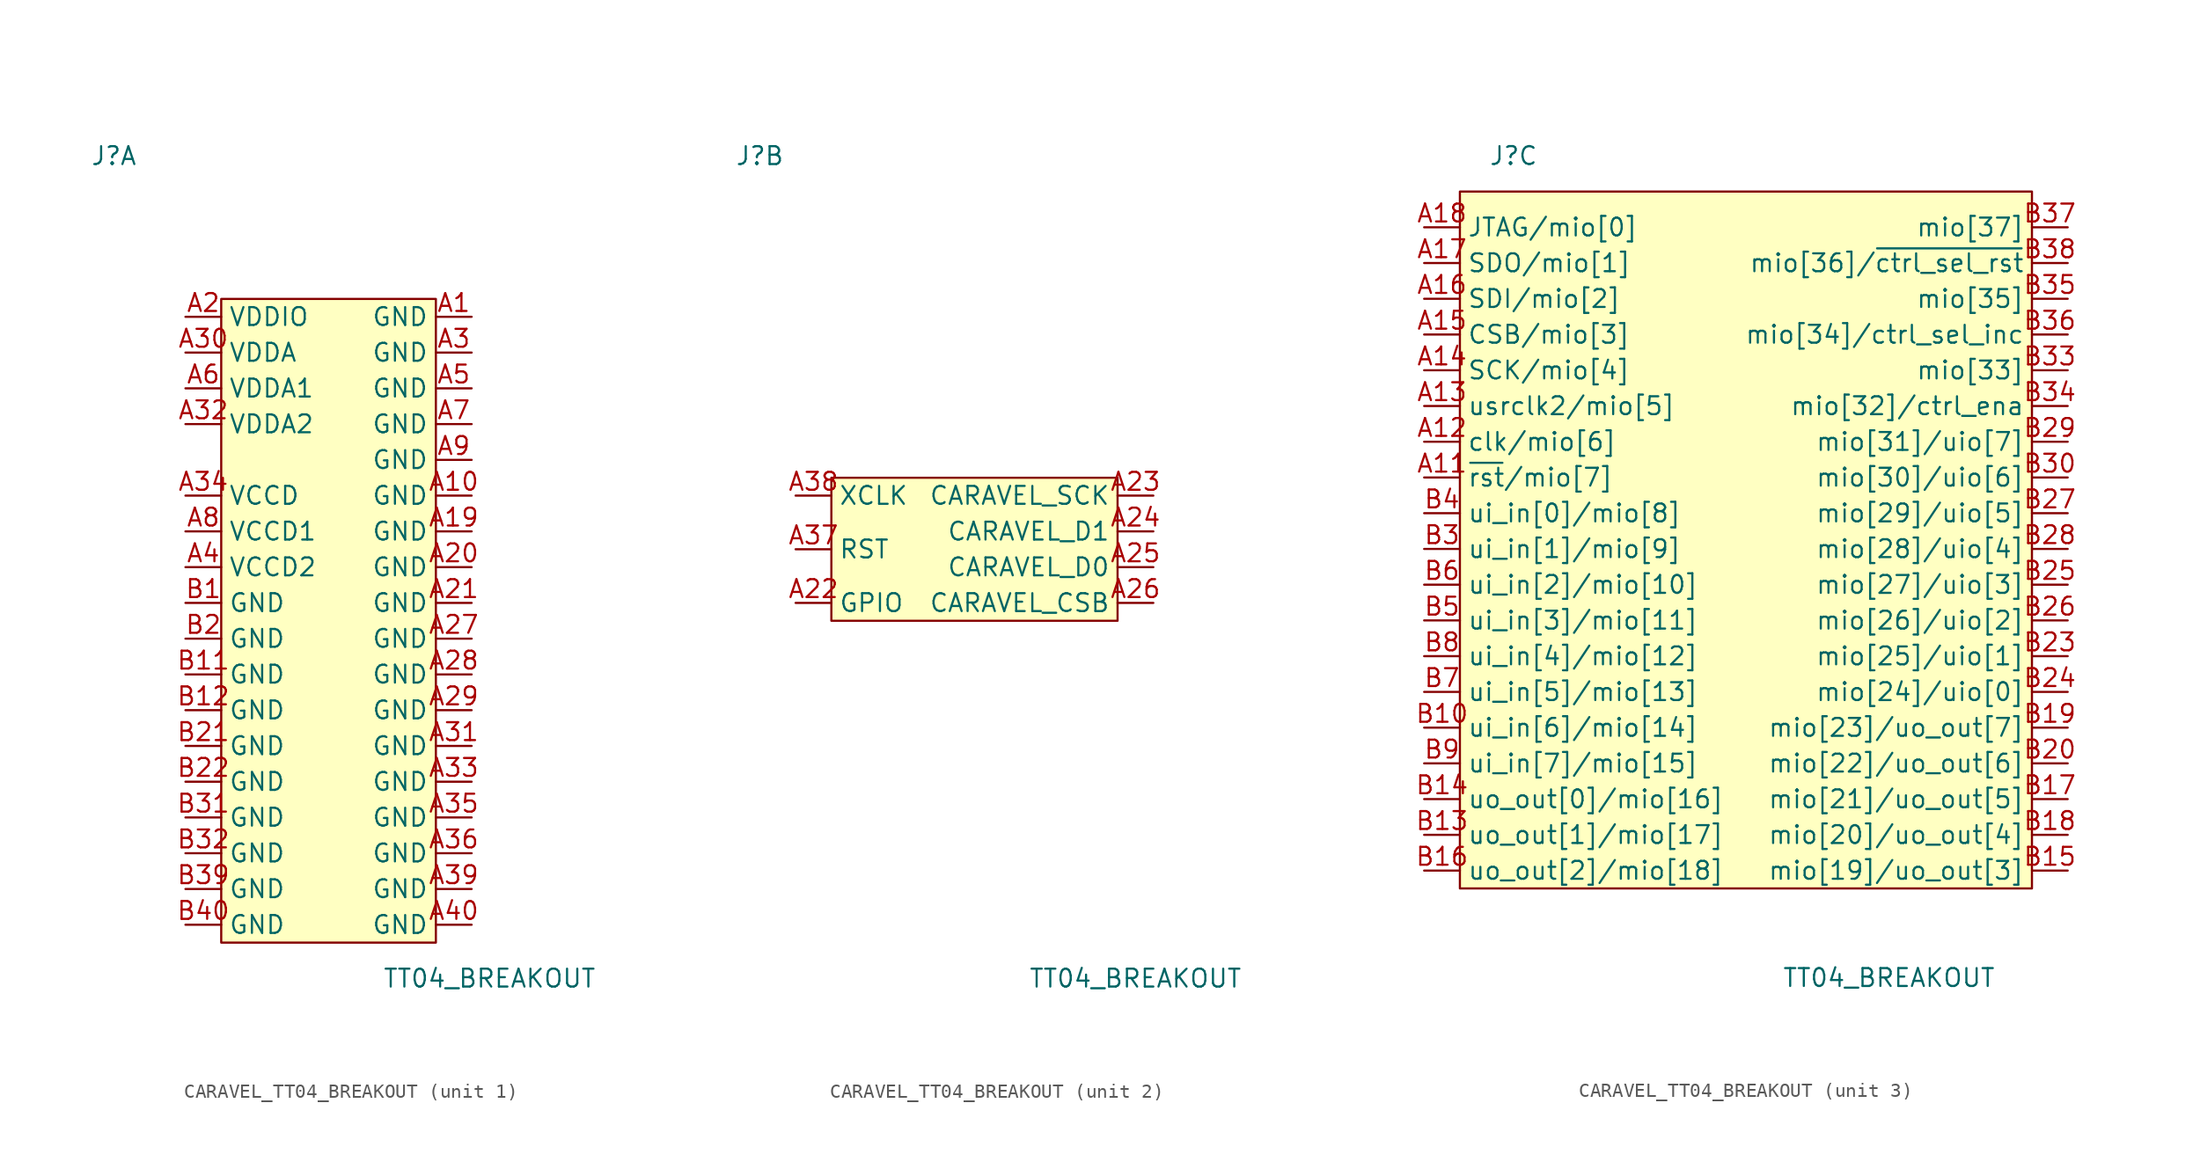
<source format=kicad_sym>
(kicad_symbol_lib
  (version 20231120)
  (generator "kicad_symbol_editor")
  (generator_version "8.0")
  (symbol "CARAVEL_TT04_BREAKOUT"
    (property "Reference" "J"
      (at -16.51 25.4 0)
      (effects (font (size 1.27 1.27))))
    (property "Value" "TT04_BREAKOUT"
      (at 10.16 -33.02 0)
      (effects (font (size 1.27 1.27))))
    (property "ki_locked" ""
      (at 0 0 0)
      (effects (font (size 1.27 1.27))))
    (symbol "CARAVEL_TT04_BREAKOUT_1_1"
      (rectangle (start -8.89 15.24) (end 6.35 -30.48) (stroke (width 0) (type default)) (fill (type background)))
      (pin power_in line (at 8.89 13.97 180) (length 2.54) (name "GND" (effects (font (size 1.27 1.27)))) (number "A1" (effects (font (size 1.27 1.27)))))
      (pin power_in line (at 8.89 1.27 180) (length 2.54) (name "GND" (effects (font (size 1.27 1.27)))) (number "A10" (effects (font (size 1.27 1.27)))))
      (pin power_in line (at 8.89 -1.27 180) (length 2.54) (name "GND" (effects (font (size 1.27 1.27)))) (number "A19" (effects (font (size 1.27 1.27)))))
      (pin power_in line (at -11.43 13.97 0) (length 2.54) (name "VDDIO" (effects (font (size 1.27 1.27)))) (number "A2" (effects (font (size 1.27 1.27)))))
      (pin power_in line (at 8.89 -3.81 180) (length 2.54) (name "GND" (effects (font (size 1.27 1.27)))) (number "A20" (effects (font (size 1.27 1.27)))))
      (pin power_in line (at 8.89 -6.35 180) (length 2.54) (name "GND" (effects (font (size 1.27 1.27)))) (number "A21" (effects (font (size 1.27 1.27)))))
      (pin power_in line (at 8.89 -8.89 180) (length 2.54) (name "GND" (effects (font (size 1.27 1.27)))) (number "A27" (effects (font (size 1.27 1.27)))))
      (pin power_in line (at 8.89 -11.43 180) (length 2.54) (name "GND" (effects (font (size 1.27 1.27)))) (number "A28" (effects (font (size 1.27 1.27)))))
      (pin power_in line (at 8.89 -13.97 180) (length 2.54) (name "GND" (effects (font (size 1.27 1.27)))) (number "A29" (effects (font (size 1.27 1.27)))))
      (pin power_in line (at 8.89 11.43 180) (length 2.54) (name "GND" (effects (font (size 1.27 1.27)))) (number "A3" (effects (font (size 1.27 1.27)))))
      (pin power_in line (at -11.43 11.43 0) (length 2.54) (name "VDDA" (effects (font (size 1.27 1.27)))) (number "A30" (effects (font (size 1.27 1.27)))))
      (pin power_in line (at 8.89 -16.51 180) (length 2.54) (name "GND" (effects (font (size 1.27 1.27)))) (number "A31" (effects (font (size 1.27 1.27)))))
      (pin power_in line (at -11.43 6.35 0) (length 2.54) (name "VDDA2" (effects (font (size 1.27 1.27)))) (number "A32" (effects (font (size 1.27 1.27)))))
      (pin power_in line (at 8.89 -19.05 180) (length 2.54) (name "GND" (effects (font (size 1.27 1.27)))) (number "A33" (effects (font (size 1.27 1.27)))))
      (pin power_in line (at -11.43 1.27 0) (length 2.54) (name "VCCD" (effects (font (size 1.27 1.27)))) (number "A34" (effects (font (size 1.27 1.27)))))
      (pin power_in line (at 8.89 -21.59 180) (length 2.54) (name "GND" (effects (font (size 1.27 1.27)))) (number "A35" (effects (font (size 1.27 1.27)))))
      (pin power_in line (at 8.89 -24.13 180) (length 2.54) (name "GND" (effects (font (size 1.27 1.27)))) (number "A36" (effects (font (size 1.27 1.27)))))
      (pin power_in line (at 8.89 -26.67 180) (length 2.54) (name "GND" (effects (font (size 1.27 1.27)))) (number "A39" (effects (font (size 1.27 1.27)))))
      (pin power_in line (at -11.43 -3.81 0) (length 2.54) (name "VCCD2" (effects (font (size 1.27 1.27)))) (number "A4" (effects (font (size 1.27 1.27)))))
      (pin power_in line (at 8.89 -29.21 180) (length 2.54) (name "GND" (effects (font (size 1.27 1.27)))) (number "A40" (effects (font (size 1.27 1.27)))))
      (pin power_in line (at 8.89 8.89 180) (length 2.54) (name "GND" (effects (font (size 1.27 1.27)))) (number "A5" (effects (font (size 1.27 1.27)))))
      (pin power_in line (at -11.43 8.89 0) (length 2.54) (name "VDDA1" (effects (font (size 1.27 1.27)))) (number "A6" (effects (font (size 1.27 1.27)))))
      (pin power_in line (at 8.89 6.35 180) (length 2.54) (name "GND" (effects (font (size 1.27 1.27)))) (number "A7" (effects (font (size 1.27 1.27)))))
      (pin power_in line (at -11.43 -1.27 0) (length 2.54) (name "VCCD1" (effects (font (size 1.27 1.27)))) (number "A8" (effects (font (size 1.27 1.27)))))
      (pin power_in line (at 8.89 3.81 180) (length 2.54) (name "GND" (effects (font (size 1.27 1.27)))) (number "A9" (effects (font (size 1.27 1.27)))))
      (pin power_in line (at -11.43 -6.35 0) (length 2.54) (name "GND" (effects (font (size 1.27 1.27)))) (number "B1" (effects (font (size 1.27 1.27)))))
      (pin power_in line (at -11.43 -11.43 0) (length 2.54) (name "GND" (effects (font (size 1.27 1.27)))) (number "B11" (effects (font (size 1.27 1.27)))))
      (pin power_in line (at -11.43 -13.97 0) (length 2.54) (name "GND" (effects (font (size 1.27 1.27)))) (number "B12" (effects (font (size 1.27 1.27)))))
      (pin power_in line (at -11.43 -8.89 0) (length 2.54) (name "GND" (effects (font (size 1.27 1.27)))) (number "B2" (effects (font (size 1.27 1.27)))))
      (pin power_in line (at -11.43 -16.51 0) (length 2.54) (name "GND" (effects (font (size 1.27 1.27)))) (number "B21" (effects (font (size 1.27 1.27)))))
      (pin power_in line (at -11.43 -19.05 0) (length 2.54) (name "GND" (effects (font (size 1.27 1.27)))) (number "B22" (effects (font (size 1.27 1.27)))))
      (pin power_in line (at -11.43 -21.59 0) (length 2.54) (name "GND" (effects (font (size 1.27 1.27)))) (number "B31" (effects (font (size 1.27 1.27)))))
      (pin power_in line (at -11.43 -24.13 0) (length 2.54) (name "GND" (effects (font (size 1.27 1.27)))) (number "B32" (effects (font (size 1.27 1.27)))))
      (pin power_in line (at -11.43 -26.67 0) (length 2.54) (name "GND" (effects (font (size 1.27 1.27)))) (number "B39" (effects (font (size 1.27 1.27)))))
      (pin power_in line (at -11.43 -29.21 0) (length 2.54) (name "GND" (effects (font (size 1.27 1.27)))) (number "B40" (effects (font (size 1.27 1.27))))))
    (symbol "CARAVEL_TT04_BREAKOUT_2_1"
      (rectangle (start -11.43 2.54) (end 8.89 -7.62) (stroke (width 0) (type default)) (fill (type background)))
      (pin input line (at -13.97 -6.35 0) (length 2.54) (name "GPIO" (effects (font (size 1.27 1.27)))) (number "A22" (effects (font (size 1.27 1.27)))))
      (pin input line (at 11.43 1.27 180) (length 2.54) (name "CARAVEL_SCK" (effects (font (size 1.27 1.27)))) (number "A23" (effects (font (size 1.27 1.27)))))
      (pin bidirectional line (at 11.43 -1.27 180) (length 2.54) (name "CARAVEL_D1" (effects (font (size 1.27 1.27)))) (number "A24" (effects (font (size 1.27 1.27)))))
      (pin bidirectional line (at 11.43 -3.81 180) (length 2.54) (name "CARAVEL_D0" (effects (font (size 1.27 1.27)))) (number "A25" (effects (font (size 1.27 1.27)))))
      (pin input line (at 11.43 -6.35 180) (length 2.54) (name "CARAVEL_CSB" (effects (font (size 1.27 1.27)))) (number "A26" (effects (font (size 1.27 1.27)))))
      (pin input line (at -13.97 -2.54 0) (length 2.54) (name "RST" (effects (font (size 1.27 1.27)))) (number "A37" (effects (font (size 1.27 1.27)))))
      (pin input line (at -13.97 1.27 0) (length 2.54) (name "XCLK" (effects (font (size 1.27 1.27)))) (number "A38" (effects (font (size 1.27 1.27))))))
    (symbol "CARAVEL_TT04_BREAKOUT_3_1"
      (rectangle (start -20.32 22.86) (end 20.32 -26.67) (stroke (width 0) (type default)) (fill (type background)))
      (pin input line (at -22.86 2.54 0) (length 2.54) (name "~{rst}/mio[7]" (effects (font (size 1.27 1.27)))) (number "A11" (effects (font (size 1.27 1.27)))))
      (pin input line (at -22.86 5.08 0) (length 2.54) (name "clk/mio[6]" (effects (font (size 1.27 1.27)))) (number "A12" (effects (font (size 1.27 1.27)))))
      (pin output line (at -22.86 7.62 0) (length 2.54) (name "usrclk2/mio[5]" (effects (font (size 1.27 1.27)))) (number "A13" (effects (font (size 1.27 1.27)))))
      (pin bidirectional line (at -22.86 10.16 0) (length 2.54) (name "SCK/mio[4]" (effects (font (size 1.27 1.27)))) (number "A14" (effects (font (size 1.27 1.27)))))
      (pin bidirectional line (at -22.86 12.7 0) (length 2.54) (name "CSB/mio[3]" (effects (font (size 1.27 1.27)))) (number "A15" (effects (font (size 1.27 1.27)))))
      (pin bidirectional line (at -22.86 15.24 0) (length 2.54) (name "SDI/mio[2]" (effects (font (size 1.27 1.27)))) (number "A16" (effects (font (size 1.27 1.27)))))
      (pin bidirectional line (at -22.86 17.78 0) (length 2.54) (name "SDO/mio[1]" (effects (font (size 1.27 1.27)))) (number "A17" (effects (font (size 1.27 1.27)))))
      (pin bidirectional line (at -22.86 20.32 0) (length 2.54) (name "JTAG/mio[0]" (effects (font (size 1.27 1.27)))) (number "A18" (effects (font (size 1.27 1.27)))))
      (pin input line (at -22.86 -15.24 0) (length 2.54) (name "ui_in[6]/mio[14]" (effects (font (size 1.27 1.27)))) (number "B10" (effects (font (size 1.27 1.27)))))
      (pin output line (at -22.86 -22.86 0) (length 2.54) (name "uo_out[1]/mio[17]" (effects (font (size 1.27 1.27)))) (number "B13" (effects (font (size 1.27 1.27)))))
      (pin output line (at -22.86 -20.32 0) (length 2.54) (name "uo_out[0]/mio[16]" (effects (font (size 1.27 1.27)))) (number "B14" (effects (font (size 1.27 1.27)))))
      (pin output line (at 22.86 -25.4 180) (length 2.54) (name "mio[19]/uo_out[3]" (effects (font (size 1.27 1.27)))) (number "B15" (effects (font (size 1.27 1.27)))))
      (pin output line (at -22.86 -25.4 0) (length 2.54) (name "uo_out[2]/mio[18]" (effects (font (size 1.27 1.27)))) (number "B16" (effects (font (size 1.27 1.27)))))
      (pin output line (at 22.86 -20.32 180) (length 2.54) (name "mio[21]/uo_out[5]" (effects (font (size 1.27 1.27)))) (number "B17" (effects (font (size 1.27 1.27)))))
      (pin output line (at 22.86 -22.86 180) (length 2.54) (name "mio[20]/uo_out[4]" (effects (font (size 1.27 1.27)))) (number "B18" (effects (font (size 1.27 1.27)))))
      (pin output line (at 22.86 -15.24 180) (length 2.54) (name "mio[23]/uo_out[7]" (effects (font (size 1.27 1.27)))) (number "B19" (effects (font (size 1.27 1.27)))))
      (pin output line (at 22.86 -17.78 180) (length 2.54) (name "mio[22]/uo_out[6]" (effects (font (size 1.27 1.27)))) (number "B20" (effects (font (size 1.27 1.27)))))
      (pin bidirectional line (at 22.86 -10.16 180) (length 2.54) (name "mio[25]/uio[1]" (effects (font (size 1.27 1.27)))) (number "B23" (effects (font (size 1.27 1.27)))))
      (pin bidirectional line (at 22.86 -12.7 180) (length 2.54) (name "mio[24]/uio[0]" (effects (font (size 1.27 1.27)))) (number "B24" (effects (font (size 1.27 1.27)))))
      (pin bidirectional line (at 22.86 -5.08 180) (length 2.54) (name "mio[27]/uio[3]" (effects (font (size 1.27 1.27)))) (number "B25" (effects (font (size 1.27 1.27)))))
      (pin bidirectional line (at 22.86 -7.62 180) (length 2.54) (name "mio[26]/uio[2]" (effects (font (size 1.27 1.27)))) (number "B26" (effects (font (size 1.27 1.27)))))
      (pin bidirectional line (at 22.86 0 180) (length 2.54) (name "mio[29]/uio[5]" (effects (font (size 1.27 1.27)))) (number "B27" (effects (font (size 1.27 1.27)))))
      (pin bidirectional line (at 22.86 -2.54 180) (length 2.54) (name "mio[28]/uio[4]" (effects (font (size 1.27 1.27)))) (number "B28" (effects (font (size 1.27 1.27)))))
      (pin bidirectional line (at 22.86 5.08 180) (length 2.54) (name "mio[31]/uio[7]" (effects (font (size 1.27 1.27)))) (number "B29" (effects (font (size 1.27 1.27)))))
      (pin input line (at -22.86 -2.54 0) (length 2.54) (name "ui_in[1]/mio[9]" (effects (font (size 1.27 1.27)))) (number "B3" (effects (font (size 1.27 1.27)))))
      (pin bidirectional line (at 22.86 2.54 180) (length 2.54) (name "mio[30]/uio[6]" (effects (font (size 1.27 1.27)))) (number "B30" (effects (font (size 1.27 1.27)))))
      (pin bidirectional line (at 22.86 10.16 180) (length 2.54) (name "mio[33]" (effects (font (size 1.27 1.27)))) (number "B33" (effects (font (size 1.27 1.27)))))
      (pin input line (at 22.86 7.62 180) (length 2.54) (name "mio[32]/ctrl_ena" (effects (font (size 1.27 1.27)))) (number "B34" (effects (font (size 1.27 1.27)))))
      (pin bidirectional line (at 22.86 15.24 180) (length 2.54) (name "mio[35]" (effects (font (size 1.27 1.27)))) (number "B35" (effects (font (size 1.27 1.27)))))
      (pin input line (at 22.86 12.7 180) (length 2.54) (name "mio[34]/ctrl_sel_inc" (effects (font (size 1.27 1.27)))) (number "B36" (effects (font (size 1.27 1.27)))))
      (pin bidirectional line (at 22.86 20.32 180) (length 2.54) (name "mio[37]" (effects (font (size 1.27 1.27)))) (number "B37" (effects (font (size 1.27 1.27)))))
      (pin input line (at 22.86 17.78 180) (length 2.54) (name "mio[36]/~{ctrl_sel_rst}" (effects (font (size 1.27 1.27)))) (number "B38" (effects (font (size 1.27 1.27)))))
      (pin input line (at -22.86 0 0) (length 2.54) (name "ui_in[0]/mio[8]" (effects (font (size 1.27 1.27)))) (number "B4" (effects (font (size 1.27 1.27)))))
      (pin input line (at -22.86 -7.62 0) (length 2.54) (name "ui_in[3]/mio[11]" (effects (font (size 1.27 1.27)))) (number "B5" (effects (font (size 1.27 1.27)))))
      (pin input line (at -22.86 -5.08 0) (length 2.54) (name "ui_in[2]/mio[10]" (effects (font (size 1.27 1.27)))) (number "B6" (effects (font (size 1.27 1.27)))))
      (pin input line (at -22.86 -12.7 0) (length 2.54) (name "ui_in[5]/mio[13]" (effects (font (size 1.27 1.27)))) (number "B7" (effects (font (size 1.27 1.27)))))
      (pin input line (at -22.86 -10.16 0) (length 2.54) (name "ui_in[4]/mio[12]" (effects (font (size 1.27 1.27)))) (number "B8" (effects (font (size 1.27 1.27)))))
      (pin input line (at -22.86 -17.78 0) (length 2.54) (name "ui_in[7]/mio[15]" (effects (font (size 1.27 1.27)))) (number "B9" (effects (font (size 1.27 1.27))))))))
</source>
